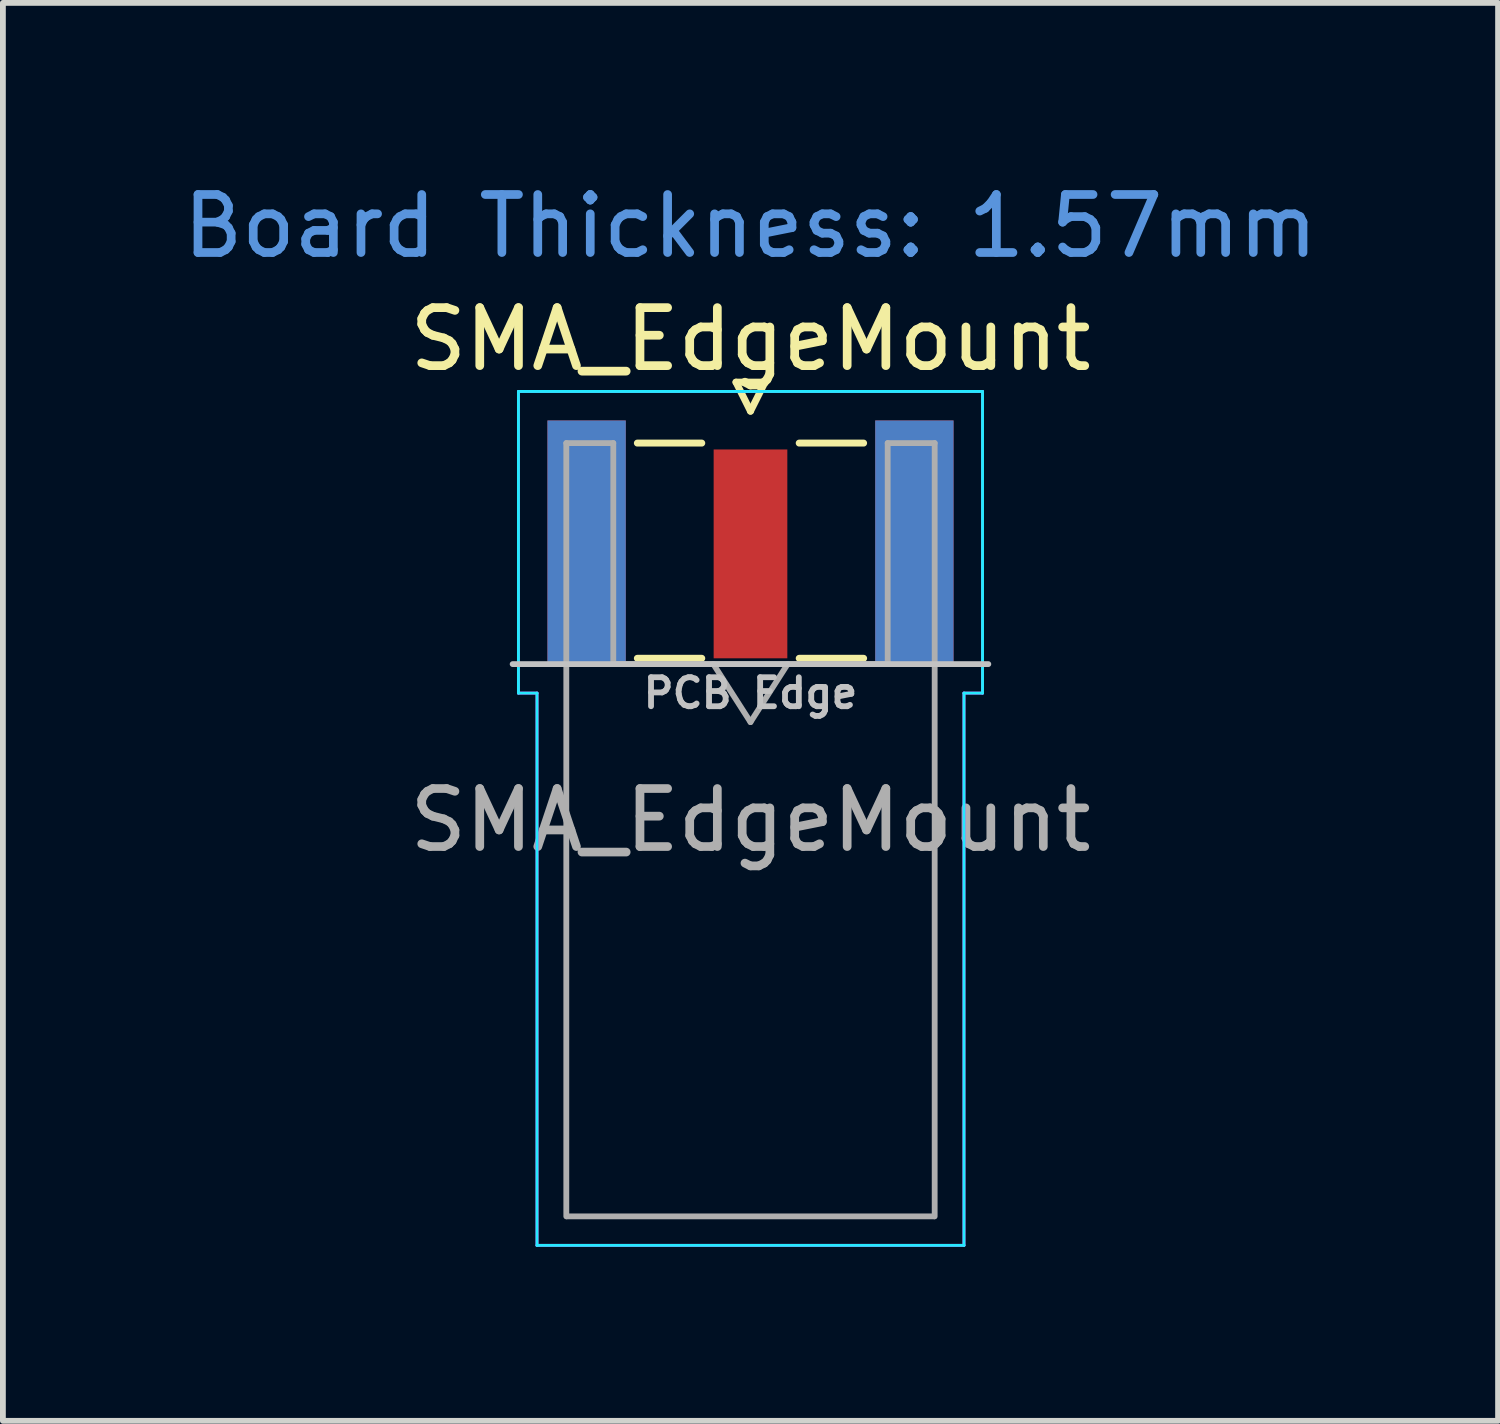
<source format=kicad_pcb>
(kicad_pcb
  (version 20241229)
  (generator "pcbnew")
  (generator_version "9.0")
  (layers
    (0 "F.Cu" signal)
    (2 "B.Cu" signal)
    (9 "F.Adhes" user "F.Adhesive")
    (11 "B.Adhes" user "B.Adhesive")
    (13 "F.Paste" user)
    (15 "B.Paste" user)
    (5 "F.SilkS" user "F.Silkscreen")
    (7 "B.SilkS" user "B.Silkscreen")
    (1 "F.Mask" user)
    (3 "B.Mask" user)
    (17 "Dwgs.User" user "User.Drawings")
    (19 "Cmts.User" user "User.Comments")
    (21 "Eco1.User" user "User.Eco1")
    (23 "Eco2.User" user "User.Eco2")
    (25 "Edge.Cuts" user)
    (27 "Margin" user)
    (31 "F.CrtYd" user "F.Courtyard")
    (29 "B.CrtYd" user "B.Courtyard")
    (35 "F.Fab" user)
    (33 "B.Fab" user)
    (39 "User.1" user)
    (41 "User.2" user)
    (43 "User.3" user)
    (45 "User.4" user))
  (footprint "SMA_EdgeMount"
    (layer "F.Cu")
    (at 9.887 6.298)
    (property "Reference" "SMA_EdgeMount" (at 0 -3.5 0) (layer "F.SilkS") (effects (font (size 1 1) (thickness 0.15))))
    (attr smd)
    (fp_line (start -1.95 -1.71) (end -0.84 -1.71) (stroke (width 0.12) (type solid)) (layer "F.SilkS"))
    (fp_line (start -1.95 2) (end -0.84 2) (stroke (width 0.12) (type solid)) (layer "F.SilkS"))
    (fp_line (start -0.25 -2.76) (end 0 -2.26) (stroke (width 0.12) (type solid)) (layer "F.SilkS"))
    (fp_line (start 0 -2.26) (end 0.25 -2.76) (stroke (width 0.12) (type solid)) (layer "F.SilkS"))
    (fp_line (start 0.25 -2.76) (end -0.25 -2.76) (stroke (width 0.12) (type solid)) (layer "F.SilkS"))
    (fp_line (start 0.84 -1.71) (end 1.95 -1.71) (stroke (width 0.12) (type solid)) (layer "F.SilkS"))
    (fp_line (start 0.84 2) (end 1.95 2) (stroke (width 0.12) (type solid)) (layer "F.SilkS"))
    (fp_line (start 4.1 2.1) (end -4.1 2.1) (stroke (width 0.1) (type solid)) (layer "Dwgs.User"))
    (fp_line (start -4 -2.6) (end 4 -2.6) (stroke (width 0.05) (type solid)) (layer "B.CrtYd"))
    (fp_line (start -4 2.6) (end -4 -2.6) (stroke (width 0.05) (type solid)) (layer "B.CrtYd"))
    (fp_line (start -3.68 2.6) (end -4 2.6) (stroke (width 0.05) (type solid)) (layer "B.CrtYd"))
    (fp_line (start -3.68 12.12) (end -3.68 2.6) (stroke (width 0.05) (type solid)) (layer "B.CrtYd"))
    (fp_line (start 3.68 2.6) (end 3.68 12.12) (stroke (width 0.05) (type solid)) (layer "B.CrtYd"))
    (fp_line (start 3.68 12.12) (end -3.68 12.12) (stroke (width 0.05) (type solid)) (layer "B.CrtYd"))
    (fp_line (start 4 2.6) (end 3.68 2.6) (stroke (width 0.05) (type solid)) (layer "B.CrtYd"))
    (fp_line (start 4 2.6) (end 4 -2.6) (stroke (width 0.05) (type solid)) (layer "B.CrtYd"))
    (fp_line (start -4 -2.6) (end 4 -2.6) (stroke (width 0.05) (type solid)) (layer "F.CrtYd"))
    (fp_line (start -4 2.6) (end -4 -2.6) (stroke (width 0.05) (type solid)) (layer "F.CrtYd"))
    (fp_line (start -3.68 2.6) (end -4 2.6) (stroke (width 0.05) (type solid)) (layer "F.CrtYd"))
    (fp_line (start -3.68 12.12) (end -3.68 2.6) (stroke (width 0.05) (type solid)) (layer "F.CrtYd"))
    (fp_line (start 3.68 2.6) (end 3.68 12.12) (stroke (width 0.05) (type solid)) (layer "F.CrtYd"))
    (fp_line (start 3.68 2.6) (end 4 2.6) (stroke (width 0.05) (type solid)) (layer "F.CrtYd"))
    (fp_line (start 3.68 12.12) (end -3.68 12.12) (stroke (width 0.05) (type solid)) (layer "F.CrtYd"))
    (fp_line (start 4 2.6) (end 4 -2.6) (stroke (width 0.05) (type solid)) (layer "F.CrtYd"))
    (fp_line (start -3.175 -1.71) (end -3.175 11.62) (stroke (width 0.1) (type solid)) (layer "F.Fab"))
    (fp_line (start -2.365 -1.71) (end -3.175 -1.71) (stroke (width 0.1) (type solid)) (layer "F.Fab"))
    (fp_line (start -2.365 2.1) (end -2.365 -1.71) (stroke (width 0.1) (type solid)) (layer "F.Fab"))
    (fp_line (start 0 3.1) (end -0.64 2.1) (stroke (width 0.1) (type solid)) (layer "F.Fab"))
    (fp_line (start 0.64 2.1) (end 0 3.1) (stroke (width 0.1) (type solid)) (layer "F.Fab"))
    (fp_line (start 2.365 -1.71) (end 2.365 2.1) (stroke (width 0.1) (type solid)) (layer "F.Fab"))
    (fp_line (start 2.365 2.1) (end -2.365 2.1) (stroke (width 0.1) (type solid)) (layer "F.Fab"))
    (fp_line (start 3.165 11.62) (end -3.165 11.62) (stroke (width 0.1) (type solid)) (layer "F.Fab"))
    (fp_line (start 3.175 -1.71) (end 2.365 -1.71) (stroke (width 0.1) (type solid)) (layer "F.Fab"))
    (fp_line (start 3.175 -1.71) (end 3.175 11.62) (stroke (width 0.1) (type solid)) (layer "F.Fab"))
    (fp_text user "PCB Edge" (at 0 2.6 0) (layer "Dwgs.User") (effects (font (size 0.5 0.5) (thickness 0.1))))
    (fp_text user "Board Thickness: 1.57mm" (at 0 -5.45 0) (layer "Cmts.User") (effects (font (size 1 1) (thickness 0.15))))
    (fp_text user "${REFERENCE}" (at 0 4.79 180) (layer "F.Fab") (effects (font (size 1 1) (thickness 0.15))))
    (pad "1" smd rect (at 0 0.2) (size 1.27 3.6) (layers "F.Cu" "F.Mask" "F.Paste"))
    (pad "2" smd rect (at -2.825 0) (size 1.35 4.2) (layers "F.Cu" "F.Mask" "F.Paste"))
    (pad "2" smd rect (at -2.825 0) (size 1.35 4.2) (layers "B.Cu" "B.Mask" "B.Paste"))
    (pad "2" smd rect (at 2.825 0) (size 1.35 4.2) (layers "F.Cu" "F.Mask" "F.Paste"))
    (pad "2" smd rect (at 2.825 0) (size 1.35 4.2) (layers "B.Cu" "B.Mask" "B.Paste")))
  (gr_rect
    (start -3 -3)
    (end 22.774 21.443)
    (stroke (width 0.1) (type default))
    (fill no)
    (layer "Edge.Cuts")))
</source>
